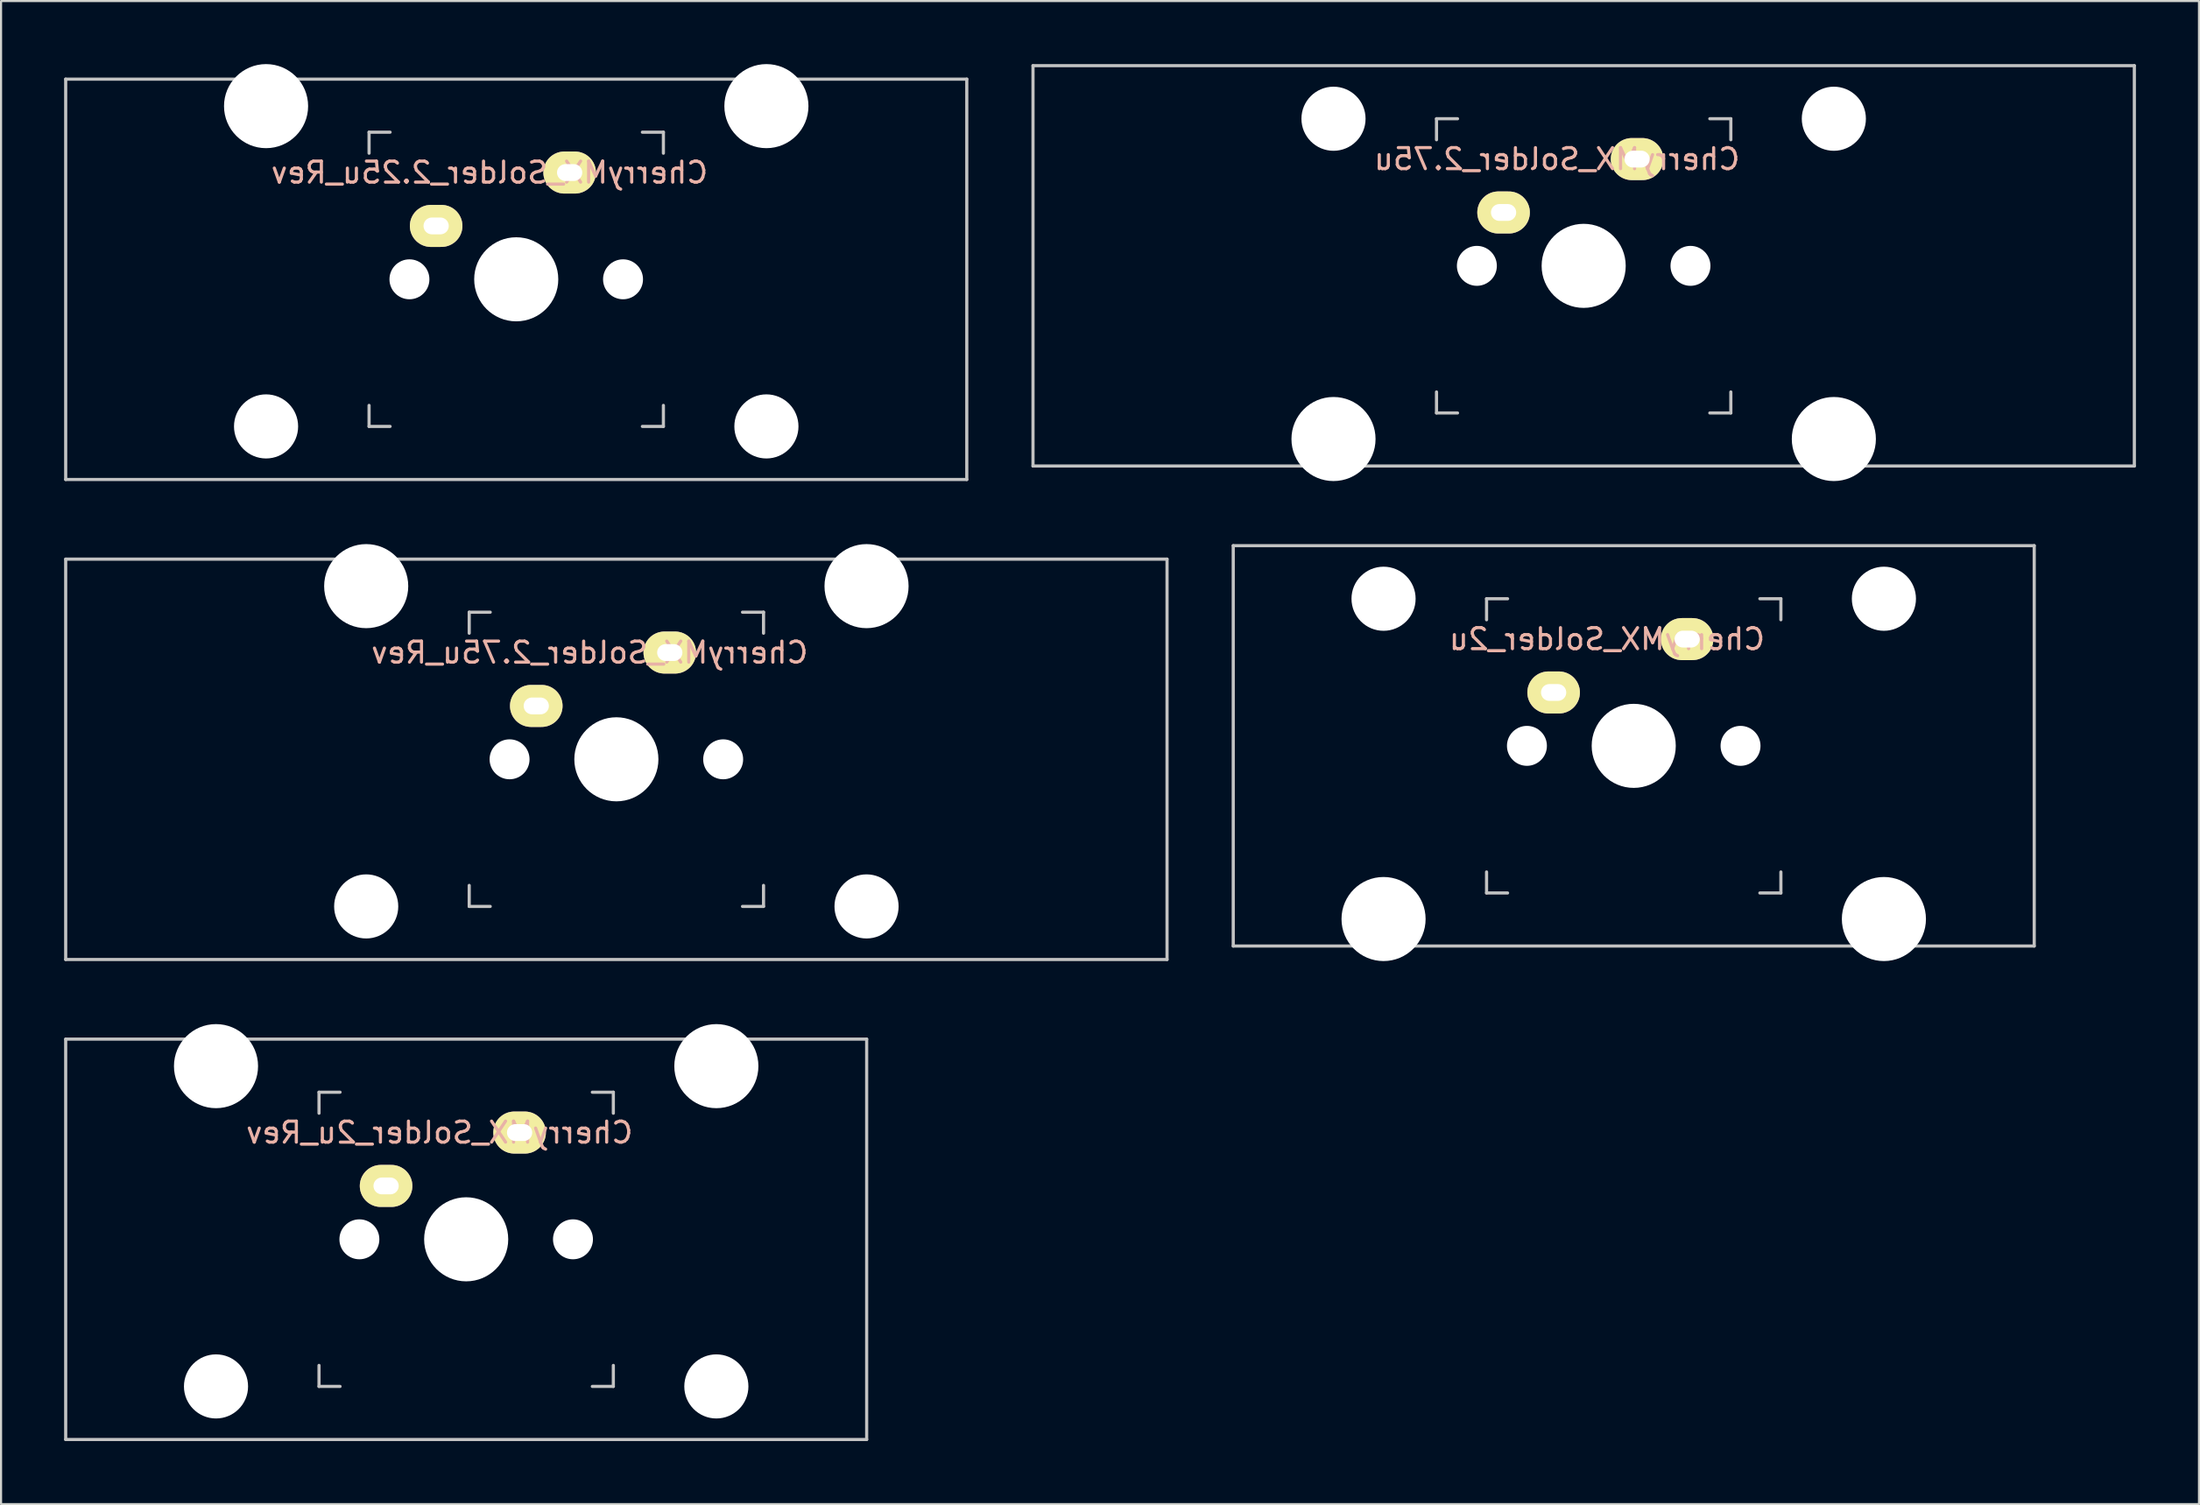
<source format=kicad_pcb>
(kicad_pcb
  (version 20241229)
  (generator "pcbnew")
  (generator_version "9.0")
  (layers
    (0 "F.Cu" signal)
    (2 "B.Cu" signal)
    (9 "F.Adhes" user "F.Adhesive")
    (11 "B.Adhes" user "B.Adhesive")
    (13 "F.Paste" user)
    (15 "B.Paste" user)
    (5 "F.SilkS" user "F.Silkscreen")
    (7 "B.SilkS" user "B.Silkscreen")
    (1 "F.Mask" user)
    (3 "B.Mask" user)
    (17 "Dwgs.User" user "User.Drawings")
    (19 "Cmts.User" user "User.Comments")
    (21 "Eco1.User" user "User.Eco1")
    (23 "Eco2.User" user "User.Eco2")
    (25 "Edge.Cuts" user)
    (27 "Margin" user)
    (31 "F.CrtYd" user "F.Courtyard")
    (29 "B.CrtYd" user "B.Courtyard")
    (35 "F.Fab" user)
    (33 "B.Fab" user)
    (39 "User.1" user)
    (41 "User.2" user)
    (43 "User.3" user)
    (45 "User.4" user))
  (footprint "CherryMX_Solder_2u"
    (layer "F.Cu")
    (at 74.662 32.44)
    (property "Reference" "CherryMX_Solder_2u" (at -1.27 -5.08 180) (layer "B.SilkS") (effects (font (size 1 1) (thickness 0.15)) (justify mirror)))
    (attr through_hole)
    (fp_line (start -19.05 -9.525) (end 19.05 -9.525) (stroke (width 0.15) (type solid)) (layer "Dwgs.User"))
    (fp_line (start -19.05 9.525) (end -19.05 -9.525) (stroke (width 0.15) (type solid)) (layer "Dwgs.User"))
    (fp_line (start -7 -7) (end -6 -7) (stroke (width 0.15) (type solid)) (layer "Dwgs.User"))
    (fp_line (start -7 -6) (end -7 -7) (stroke (width 0.15) (type solid)) (layer "Dwgs.User"))
    (fp_line (start -7 6) (end -7 7) (stroke (width 0.15) (type solid)) (layer "Dwgs.User"))
    (fp_line (start -6 7) (end -7 7) (stroke (width 0.15) (type solid)) (layer "Dwgs.User"))
    (fp_line (start 6 7) (end 7 7) (stroke (width 0.15) (type solid)) (layer "Dwgs.User"))
    (fp_line (start 7 -7) (end 6 -7) (stroke (width 0.15) (type solid)) (layer "Dwgs.User"))
    (fp_line (start 7 -6) (end 7 -7) (stroke (width 0.15) (type solid)) (layer "Dwgs.User"))
    (fp_line (start 7 7) (end 7 6) (stroke (width 0.15) (type solid)) (layer "Dwgs.User"))
    (fp_line (start 19.05 -9.525) (end 19.05 9.525) (stroke (width 0.15) (type solid)) (layer "Dwgs.User"))
    (fp_line (start 19.05 9.525) (end -19.05 9.525) (stroke (width 0.15) (type solid)) (layer "Dwgs.User"))
    (pad "" np_thru_hole circle (at -11.9 -7 180) (size 3.05 3.05) (drill 3.05) (layers "*.Cu" "*.Mask"))
    (pad "" np_thru_hole circle (at -11.9 8.24 180) (size 4 4) (drill 4) (layers "*.Cu" "*.Mask"))
    (pad "" np_thru_hole circle (at -5.08 0 90) (size 1.9 1.9) (drill 1.9) (layers "*.Cu" "*.Mask"))
    (pad "" np_thru_hole circle (at 0 0 90) (size 4 4) (drill 4) (layers "*.Cu" "*.Mask"))
    (pad "" np_thru_hole circle (at 5.08 0 90) (size 1.9 1.9) (drill 1.9) (layers "*.Cu" "*.Mask"))
    (pad "" np_thru_hole circle (at 11.9 -7 180) (size 3.05 3.05) (drill 3.05) (layers "*.Cu" "*.Mask"))
    (pad "" np_thru_hole circle (at 11.9 8.24 180) (size 4 4) (drill 4) (layers "*.Cu" "*.Mask"))
    (pad "1" thru_hole oval (at -3.81 -2.54) (size 2.5 2) (drill oval 1.2 0.8) (layers "*.Cu" "B.Mask" "F.SilkS"))
    (pad "2" thru_hole oval (at 2.54 -5.08) (size 2.5 2) (drill oval 1.2 0.8) (layers "*.Cu" "B.Mask" "F.SilkS")))
  (footprint "CherryMX_Solder_2.75u_Rev"
    (layer "F.Cu")
    (at 26.269 33.08)
    (property "Reference" "CherryMX_Solder_2.75u_Rev" (at -1.27 -5.08 180) (layer "B.SilkS") (effects (font (size 1 1) (thickness 0.15)) (justify mirror)))
    (attr through_hole)
    (fp_line (start -26.194 -9.525) (end 26.194 -9.525) (stroke (width 0.15) (type solid)) (layer "Dwgs.User"))
    (fp_line (start -26.194 9.525) (end -26.194 -9.525) (stroke (width 0.15) (type solid)) (layer "Dwgs.User"))
    (fp_line (start -7 -7) (end -6 -7) (stroke (width 0.15) (type solid)) (layer "Dwgs.User"))
    (fp_line (start -7 -6) (end -7 -7) (stroke (width 0.15) (type solid)) (layer "Dwgs.User"))
    (fp_line (start -7 6) (end -7 7) (stroke (width 0.15) (type solid)) (layer "Dwgs.User"))
    (fp_line (start -6 7) (end -7 7) (stroke (width 0.15) (type solid)) (layer "Dwgs.User"))
    (fp_line (start 6 7) (end 7 7) (stroke (width 0.15) (type solid)) (layer "Dwgs.User"))
    (fp_line (start 7 -7) (end 6 -7) (stroke (width 0.15) (type solid)) (layer "Dwgs.User"))
    (fp_line (start 7 -6) (end 7 -7) (stroke (width 0.15) (type solid)) (layer "Dwgs.User"))
    (fp_line (start 7 7) (end 7 6) (stroke (width 0.15) (type solid)) (layer "Dwgs.User"))
    (fp_line (start 26.194 -9.525) (end 26.194 9.525) (stroke (width 0.15) (type solid)) (layer "Dwgs.User"))
    (fp_line (start 26.194 9.525) (end -26.194 9.525) (stroke (width 0.15) (type solid)) (layer "Dwgs.User"))
    (pad "" np_thru_hole circle (at -11.9 -8.24 180) (size 4 4) (drill 4) (layers "*.Cu" "*.Mask"))
    (pad "" np_thru_hole circle (at -11.9 7 180) (size 3.05 3.05) (drill 3.05) (layers "*.Cu" "*.Mask"))
    (pad "" np_thru_hole circle (at -5.08 0 90) (size 1.9 1.9) (drill 1.9) (layers "*.Cu" "*.Mask"))
    (pad "" np_thru_hole circle (at 0 0 90) (size 4 4) (drill 4) (layers "*.Cu" "*.Mask"))
    (pad "" np_thru_hole circle (at 5.08 0 90) (size 1.9 1.9) (drill 1.9) (layers "*.Cu" "*.Mask"))
    (pad "" np_thru_hole circle (at 11.9 -8.24 180) (size 4 4) (drill 4) (layers "*.Cu" "*.Mask"))
    (pad "" np_thru_hole circle (at 11.9 7 180) (size 3.05 3.05) (drill 3.05) (layers "*.Cu" "*.Mask"))
    (pad "1" thru_hole oval (at -3.81 -2.54) (size 2.5 2) (drill oval 1.2 0.8) (layers "*.Cu" "B.Mask" "F.SilkS"))
    (pad "2" thru_hole oval (at 2.54 -5.08) (size 2.5 2) (drill oval 1.2 0.8) (layers "*.Cu" "B.Mask" "F.SilkS")))
  (footprint "CherryMX_Solder_2.25u_Rev"
    (layer "F.Cu")
    (at 21.506 10.24)
    (property "Reference" "CherryMX_Solder_2.25u_Rev" (at -1.27 -5.08 180) (layer "B.SilkS") (effects (font (size 1 1) (thickness 0.15)) (justify mirror)))
    (attr through_hole)
    (fp_line (start -21.431 -9.525) (end 21.431 -9.525) (stroke (width 0.15) (type solid)) (layer "Dwgs.User"))
    (fp_line (start -21.431 9.525) (end -21.431 -9.525) (stroke (width 0.15) (type solid)) (layer "Dwgs.User"))
    (fp_line (start -7 -7) (end -6 -7) (stroke (width 0.15) (type solid)) (layer "Dwgs.User"))
    (fp_line (start -7 -6) (end -7 -7) (stroke (width 0.15) (type solid)) (layer "Dwgs.User"))
    (fp_line (start -7 6) (end -7 7) (stroke (width 0.15) (type solid)) (layer "Dwgs.User"))
    (fp_line (start -6 7) (end -7 7) (stroke (width 0.15) (type solid)) (layer "Dwgs.User"))
    (fp_line (start 6 7) (end 7 7) (stroke (width 0.15) (type solid)) (layer "Dwgs.User"))
    (fp_line (start 7 -7) (end 6 -7) (stroke (width 0.15) (type solid)) (layer "Dwgs.User"))
    (fp_line (start 7 -6) (end 7 -7) (stroke (width 0.15) (type solid)) (layer "Dwgs.User"))
    (fp_line (start 7 7) (end 7 6) (stroke (width 0.15) (type solid)) (layer "Dwgs.User"))
    (fp_line (start 21.431 -9.525) (end 21.431 9.525) (stroke (width 0.15) (type solid)) (layer "Dwgs.User"))
    (fp_line (start 21.431 9.525) (end -21.431 9.525) (stroke (width 0.15) (type solid)) (layer "Dwgs.User"))
    (pad "" np_thru_hole circle (at -11.9 -8.24 180) (size 4 4) (drill 4) (layers "*.Cu" "*.Mask"))
    (pad "" np_thru_hole circle (at -11.9 7 180) (size 3.05 3.05) (drill 3.05) (layers "*.Cu" "*.Mask"))
    (pad "" np_thru_hole circle (at -5.08 0 90) (size 1.9 1.9) (drill 1.9) (layers "*.Cu" "*.Mask"))
    (pad "" np_thru_hole circle (at 0 0 90) (size 4 4) (drill 4) (layers "*.Cu" "*.Mask"))
    (pad "" np_thru_hole circle (at 5.08 0 90) (size 1.9 1.9) (drill 1.9) (layers "*.Cu" "*.Mask"))
    (pad "" np_thru_hole circle (at 11.9 -8.24 180) (size 4 4) (drill 4) (layers "*.Cu" "*.Mask"))
    (pad "" np_thru_hole circle (at 11.9 7 180) (size 3.05 3.05) (drill 3.05) (layers "*.Cu" "*.Mask"))
    (pad "1" thru_hole oval (at -3.81 -2.54) (size 2.5 2) (drill oval 1.2 0.8) (layers "*.Cu" "B.Mask" "F.SilkS"))
    (pad "2" thru_hole oval (at 2.54 -5.08) (size 2.5 2) (drill oval 1.2 0.8) (layers "*.Cu" "B.Mask" "F.SilkS")))
  (footprint "CherryMX_Solder_2.75u"
    (layer "F.Cu")
    (at 72.281 9.6)
    (property "Reference" "CherryMX_Solder_2.75u" (at -1.27 -5.08 180) (layer "B.SilkS") (effects (font (size 1 1) (thickness 0.15)) (justify mirror)))
    (attr through_hole)
    (fp_line (start -26.194 -9.525) (end 26.194 -9.525) (stroke (width 0.15) (type solid)) (layer "Dwgs.User"))
    (fp_line (start -26.194 9.525) (end -26.194 -9.525) (stroke (width 0.15) (type solid)) (layer "Dwgs.User"))
    (fp_line (start -7 -7) (end -6 -7) (stroke (width 0.15) (type solid)) (layer "Dwgs.User"))
    (fp_line (start -7 -6) (end -7 -7) (stroke (width 0.15) (type solid)) (layer "Dwgs.User"))
    (fp_line (start -7 6) (end -7 7) (stroke (width 0.15) (type solid)) (layer "Dwgs.User"))
    (fp_line (start -6 7) (end -7 7) (stroke (width 0.15) (type solid)) (layer "Dwgs.User"))
    (fp_line (start 6 7) (end 7 7) (stroke (width 0.15) (type solid)) (layer "Dwgs.User"))
    (fp_line (start 7 -7) (end 6 -7) (stroke (width 0.15) (type solid)) (layer "Dwgs.User"))
    (fp_line (start 7 -6) (end 7 -7) (stroke (width 0.15) (type solid)) (layer "Dwgs.User"))
    (fp_line (start 7 7) (end 7 6) (stroke (width 0.15) (type solid)) (layer "Dwgs.User"))
    (fp_line (start 26.194 -9.525) (end 26.194 9.525) (stroke (width 0.15) (type solid)) (layer "Dwgs.User"))
    (fp_line (start 26.194 9.525) (end -26.194 9.525) (stroke (width 0.15) (type solid)) (layer "Dwgs.User"))
    (pad "" np_thru_hole circle (at -11.9 -7 180) (size 3.05 3.05) (drill 3.05) (layers "*.Cu" "*.Mask"))
    (pad "" np_thru_hole circle (at -11.9 8.24 180) (size 4 4) (drill 4) (layers "*.Cu" "*.Mask"))
    (pad "" np_thru_hole circle (at -5.08 0 90) (size 1.9 1.9) (drill 1.9) (layers "*.Cu" "*.Mask"))
    (pad "" np_thru_hole circle (at 0 0 90) (size 4 4) (drill 4) (layers "*.Cu" "*.Mask"))
    (pad "" np_thru_hole circle (at 5.08 0 90) (size 1.9 1.9) (drill 1.9) (layers "*.Cu" "*.Mask"))
    (pad "" np_thru_hole circle (at 11.9 -7 180) (size 3.05 3.05) (drill 3.05) (layers "*.Cu" "*.Mask"))
    (pad "" np_thru_hole circle (at 11.9 8.24 180) (size 4 4) (drill 4) (layers "*.Cu" "*.Mask"))
    (pad "1" thru_hole oval (at -3.81 -2.54) (size 2.5 2) (drill oval 1.2 0.8) (layers "*.Cu" "B.Mask" "F.SilkS"))
    (pad "2" thru_hole oval (at 2.54 -5.08) (size 2.5 2) (drill oval 1.2 0.8) (layers "*.Cu" "B.Mask" "F.SilkS")))
  (footprint "CherryMX_Solder_2u_Rev"
    (layer "F.Cu")
    (at 19.125 55.92)
    (property "Reference" "CherryMX_Solder_2u_Rev" (at -1.27 -5.08 180) (layer "B.SilkS") (effects (font (size 1 1) (thickness 0.15)) (justify mirror)))
    (attr through_hole)
    (fp_line (start -19.05 -9.525) (end 19.05 -9.525) (stroke (width 0.15) (type solid)) (layer "Dwgs.User"))
    (fp_line (start -19.05 9.525) (end -19.05 -9.525) (stroke (width 0.15) (type solid)) (layer "Dwgs.User"))
    (fp_line (start -7 -7) (end -6 -7) (stroke (width 0.15) (type solid)) (layer "Dwgs.User"))
    (fp_line (start -7 -6) (end -7 -7) (stroke (width 0.15) (type solid)) (layer "Dwgs.User"))
    (fp_line (start -7 6) (end -7 7) (stroke (width 0.15) (type solid)) (layer "Dwgs.User"))
    (fp_line (start -6 7) (end -7 7) (stroke (width 0.15) (type solid)) (layer "Dwgs.User"))
    (fp_line (start 6 7) (end 7 7) (stroke (width 0.15) (type solid)) (layer "Dwgs.User"))
    (fp_line (start 7 -7) (end 6 -7) (stroke (width 0.15) (type solid)) (layer "Dwgs.User"))
    (fp_line (start 7 -6) (end 7 -7) (stroke (width 0.15) (type solid)) (layer "Dwgs.User"))
    (fp_line (start 7 7) (end 7 6) (stroke (width 0.15) (type solid)) (layer "Dwgs.User"))
    (fp_line (start 19.05 -9.525) (end 19.05 9.525) (stroke (width 0.15) (type solid)) (layer "Dwgs.User"))
    (fp_line (start 19.05 9.525) (end -19.05 9.525) (stroke (width 0.15) (type solid)) (layer "Dwgs.User"))
    (pad "" np_thru_hole circle (at -11.9 -8.24 180) (size 4 4) (drill 4) (layers "*.Cu" "*.Mask"))
    (pad "" np_thru_hole circle (at -11.9 7 180) (size 3.05 3.05) (drill 3.05) (layers "*.Cu" "*.Mask"))
    (pad "" np_thru_hole circle (at -5.08 0 90) (size 1.9 1.9) (drill 1.9) (layers "*.Cu" "*.Mask"))
    (pad "" np_thru_hole circle (at 0 0 90) (size 4 4) (drill 4) (layers "*.Cu" "*.Mask"))
    (pad "" np_thru_hole circle (at 5.08 0 90) (size 1.9 1.9) (drill 1.9) (layers "*.Cu" "*.Mask"))
    (pad "" np_thru_hole circle (at 11.9 -8.24 180) (size 4 4) (drill 4) (layers "*.Cu" "*.Mask"))
    (pad "" np_thru_hole circle (at 11.9 7 180) (size 3.05 3.05) (drill 3.05) (layers "*.Cu" "*.Mask"))
    (pad "1" thru_hole oval (at -3.81 -2.54) (size 2.5 2) (drill oval 1.2 0.8) (layers "*.Cu" "B.Mask" "F.SilkS"))
    (pad "2" thru_hole oval (at 2.54 -5.08) (size 2.5 2) (drill oval 1.2 0.8) (layers "*.Cu" "B.Mask" "F.SilkS")))
  (gr_rect
    (start -3 -3)
    (end 101.55 68.52)
    (stroke (width 0.1) (type default))
    (fill no)
    (layer "Edge.Cuts")))
</source>
